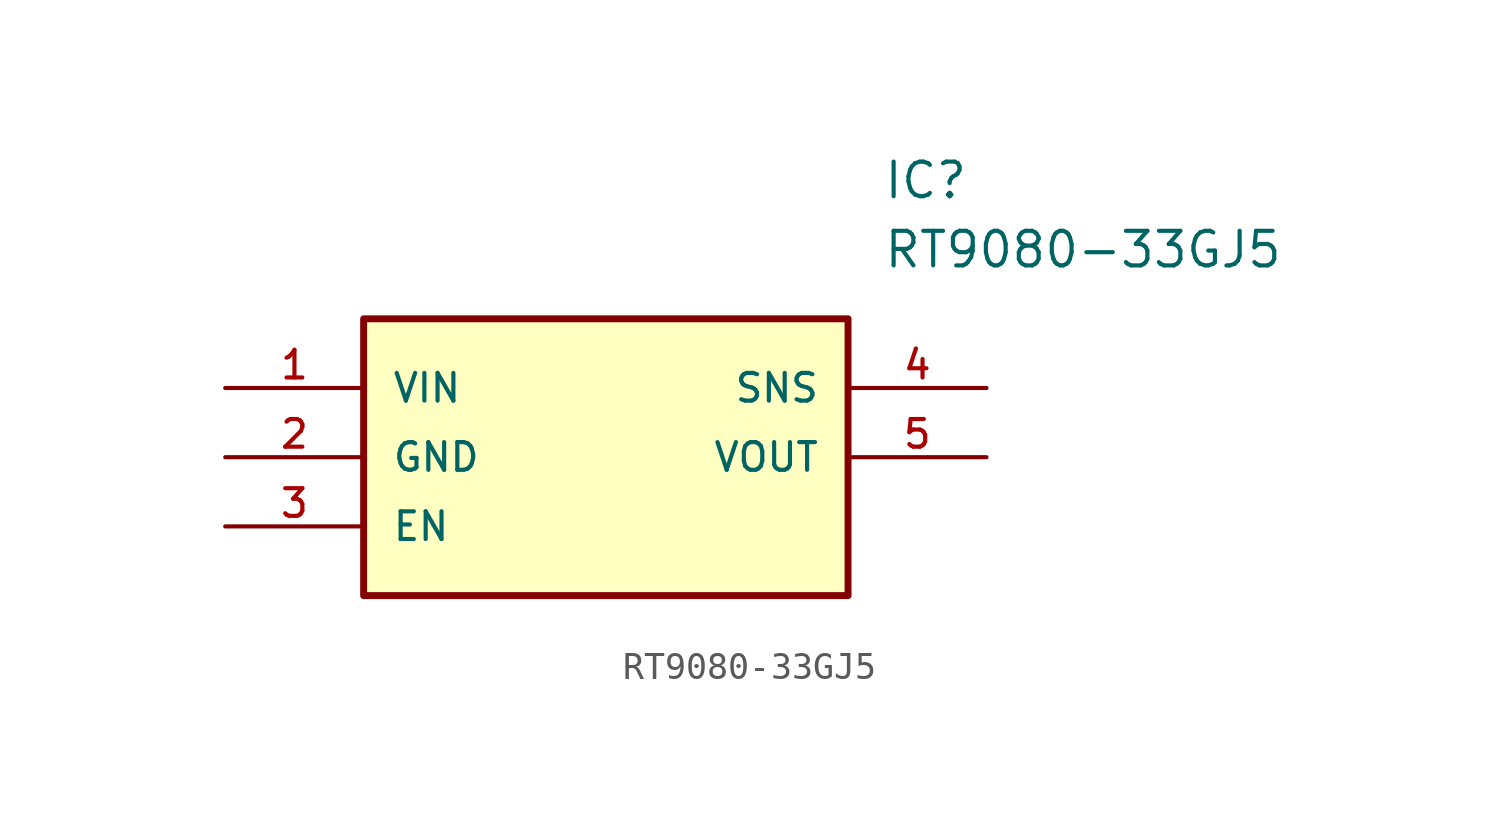
<source format=kicad_sym>
(kicad_symbol_lib
  (version 20211014)
  (generator kicad_symbol_editor)
  (symbol "RT9080-33GJ5"
    (pin_names
      (offset 1.016))
    (property "Reference" "IC"
      (at 24.13 7.62 0)
      (effects (font (size 1.27 1.27)) (justify left)))
    (property "Value" "RT9080-33GJ5"
      (at 24.13 5.08 0)
      (effects (font (size 1.27 1.27)) (justify left)))
    (symbol "RT9080-33GJ5_0_0"
      (rectangle (start 5.08 -7.62) (end 22.86 2.54) (stroke (width 0.254)) (fill (type background)))
      (pin bidirectional line (at 0.0 0.0 0) (length 5.08) (name "VIN" (effects (font (size 1.016 1.016)))) (number "1" (effects (font (size 1.016 1.016)))))
      (pin bidirectional line (at 0.0 -2.54 0) (length 5.08) (name "GND" (effects (font (size 1.016 1.016)))) (number "2" (effects (font (size 1.016 1.016)))))
      (pin bidirectional line (at 0.0 -5.08 0) (length 5.08) (name "EN" (effects (font (size 1.016 1.016)))) (number "3" (effects (font (size 1.016 1.016)))))
      (pin bidirectional line (at 27.94 0.0 180.0) (length 5.08) (name "SNS" (effects (font (size 1.016 1.016)))) (number "4" (effects (font (size 1.016 1.016)))))
      (pin bidirectional line (at 27.94 -2.54 180.0) (length 5.08) (name "VOUT" (effects (font (size 1.016 1.016)))) (number "5" (effects (font (size 1.016 1.016))))))))
</source>
